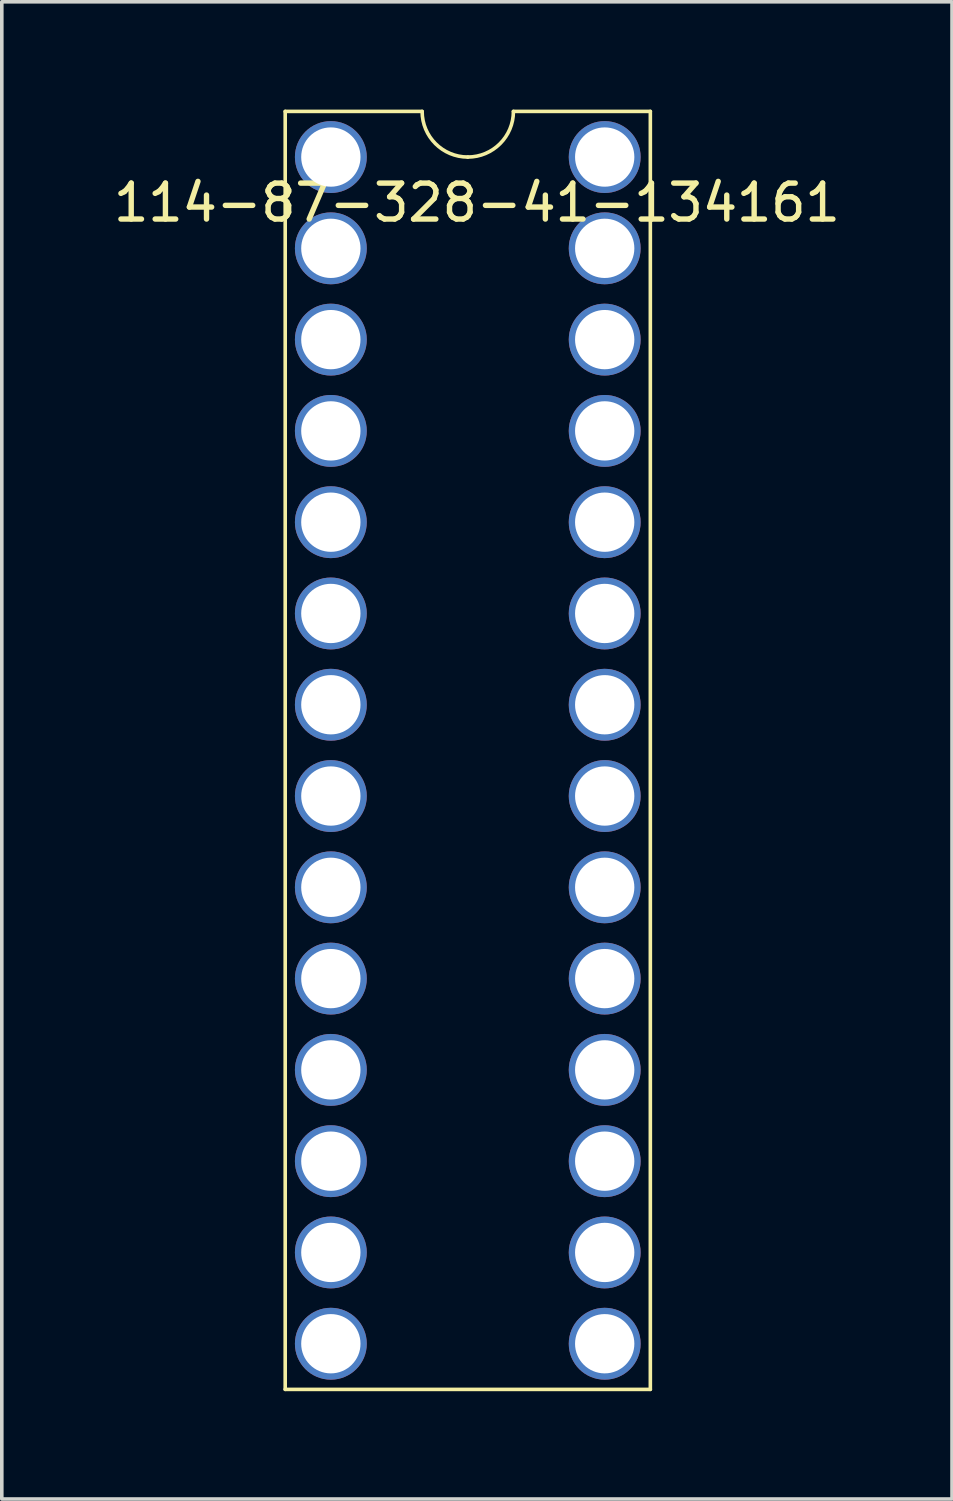
<source format=kicad_pcb>
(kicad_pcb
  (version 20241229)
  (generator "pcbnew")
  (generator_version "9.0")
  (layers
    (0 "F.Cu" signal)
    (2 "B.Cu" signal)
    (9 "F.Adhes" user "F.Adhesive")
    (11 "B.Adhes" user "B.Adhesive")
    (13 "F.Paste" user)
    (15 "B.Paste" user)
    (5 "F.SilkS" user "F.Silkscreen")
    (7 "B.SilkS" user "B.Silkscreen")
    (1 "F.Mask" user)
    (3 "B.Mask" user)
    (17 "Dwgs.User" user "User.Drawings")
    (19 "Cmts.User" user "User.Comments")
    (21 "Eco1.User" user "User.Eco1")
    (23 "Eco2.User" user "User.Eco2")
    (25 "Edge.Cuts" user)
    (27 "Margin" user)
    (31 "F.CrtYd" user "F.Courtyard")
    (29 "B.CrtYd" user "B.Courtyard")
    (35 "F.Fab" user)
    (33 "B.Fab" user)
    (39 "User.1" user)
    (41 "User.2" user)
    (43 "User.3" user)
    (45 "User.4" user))
  (footprint "114-87-328-41-134161"
    (layer "F.Cu")
    (at 6.156 1.32)
    (property "Reference" "114-87-328-41-134161" (at 4.064 1.27 0) (layer "F.SilkS") (effects (font (size 1 1) (thickness 0.15))))
    (attr through_hole)
    (fp_line (start -1.27 -1.27) (end -1.27 34.29) (stroke (width 0.1) (type solid)) (layer "F.SilkS"))
    (fp_line (start -1.27 -1.27) (end 2.54 -1.27) (stroke (width 0.1) (type solid)) (layer "F.SilkS"))
    (fp_line (start -1.27 34.29) (end 8.89 34.29) (stroke (width 0.1) (type solid)) (layer "F.SilkS"))
    (fp_line (start 8.89 -1.27) (end 5.08 -1.27) (stroke (width 0.1) (type solid)) (layer "F.SilkS"))
    (fp_line (start 8.89 34.29) (end 8.89 -1.27) (stroke (width 0.1) (type solid)) (layer "F.SilkS"))
    (fp_arc (start 3.81 0) (mid 2.911974 -0.371974) (end 2.54 -1.27) (stroke (width 0.1) (type solid)) (layer "F.SilkS"))
    (fp_arc (start 5.08 -1.27) (mid 4.708026 -0.371974) (end 3.81 0) (stroke (width 0.1) (type solid)) (layer "F.SilkS"))
    (pad "1" thru_hole circle (at 0 0) (size 2 2) (drill 1.65) (layers "*.Cu" "*.Mask"))
    (pad "2" thru_hole circle (at 0 2.54) (size 2 2) (drill 1.65) (layers "*.Cu" "*.Mask"))
    (pad "3" thru_hole circle (at 0 5.08) (size 2 2) (drill 1.65) (layers "*.Cu" "*.Mask"))
    (pad "4" thru_hole circle (at 0 7.62) (size 2 2) (drill 1.65) (layers "*.Cu" "*.Mask"))
    (pad "5" thru_hole circle (at 0 10.16) (size 2 2) (drill 1.65) (layers "*.Cu" "*.Mask"))
    (pad "6" thru_hole circle (at 0 12.7) (size 2 2) (drill 1.65) (layers "*.Cu" "*.Mask"))
    (pad "7" thru_hole circle (at 0 15.24) (size 2 2) (drill 1.65) (layers "*.Cu" "*.Mask"))
    (pad "8" thru_hole circle (at 0 17.78) (size 2 2) (drill 1.65) (layers "*.Cu" "*.Mask"))
    (pad "9" thru_hole circle (at 0 20.32) (size 2 2) (drill 1.65) (layers "*.Cu" "*.Mask"))
    (pad "10" thru_hole circle (at 0 22.86) (size 2 2) (drill 1.65) (layers "*.Cu" "*.Mask"))
    (pad "11" thru_hole circle (at 0 25.4) (size 2 2) (drill 1.65) (layers "*.Cu" "*.Mask"))
    (pad "12" thru_hole circle (at 0 27.94) (size 2 2) (drill 1.65) (layers "*.Cu" "*.Mask"))
    (pad "13" thru_hole circle (at 0 30.48) (size 2 2) (drill 1.65) (layers "*.Cu" "*.Mask"))
    (pad "14" thru_hole circle (at 0 33.02) (size 2 2) (drill 1.65) (layers "*.Cu" "*.Mask"))
    (pad "15" thru_hole circle (at 7.62 33.02) (size 2 2) (drill 1.65) (layers "*.Cu" "*.Mask"))
    (pad "16" thru_hole circle (at 7.62 30.48) (size 2 2) (drill 1.65) (layers "*.Cu" "*.Mask"))
    (pad "17" thru_hole circle (at 7.62 27.94) (size 2 2) (drill 1.65) (layers "*.Cu" "*.Mask"))
    (pad "18" thru_hole circle (at 7.62 25.4) (size 2 2) (drill 1.65) (layers "*.Cu" "*.Mask"))
    (pad "19" thru_hole circle (at 7.62 22.86) (size 2 2) (drill 1.65) (layers "*.Cu" "*.Mask"))
    (pad "20" thru_hole circle (at 7.62 20.32) (size 2 2) (drill 1.65) (layers "*.Cu" "*.Mask"))
    (pad "21" thru_hole circle (at 7.62 17.78) (size 2 2) (drill 1.65) (layers "*.Cu" "*.Mask"))
    (pad "22" thru_hole circle (at 7.62 15.24) (size 2 2) (drill 1.65) (layers "*.Cu" "*.Mask"))
    (pad "23" thru_hole circle (at 7.62 12.7) (size 2 2) (drill 1.65) (layers "*.Cu" "*.Mask"))
    (pad "24" thru_hole circle (at 7.62 10.16) (size 2 2) (drill 1.65) (layers "*.Cu" "*.Mask"))
    (pad "25" thru_hole circle (at 7.62 7.62) (size 2 2) (drill 1.65) (layers "*.Cu" "*.Mask"))
    (pad "26" thru_hole circle (at 7.62 5.08) (size 2 2) (drill 1.65) (layers "*.Cu" "*.Mask"))
    (pad "27" thru_hole circle (at 7.62 2.54) (size 2 2) (drill 1.65) (layers "*.Cu" "*.Mask"))
    (pad "28" thru_hole circle (at 7.62 0) (size 2 2) (drill 1.65) (layers "*.Cu" "*.Mask")))
  (gr_rect
    (start -3 -3)
    (end 23.44 38.66)
    (stroke (width 0.1) (type default))
    (fill no)
    (layer "Edge.Cuts")))
</source>
